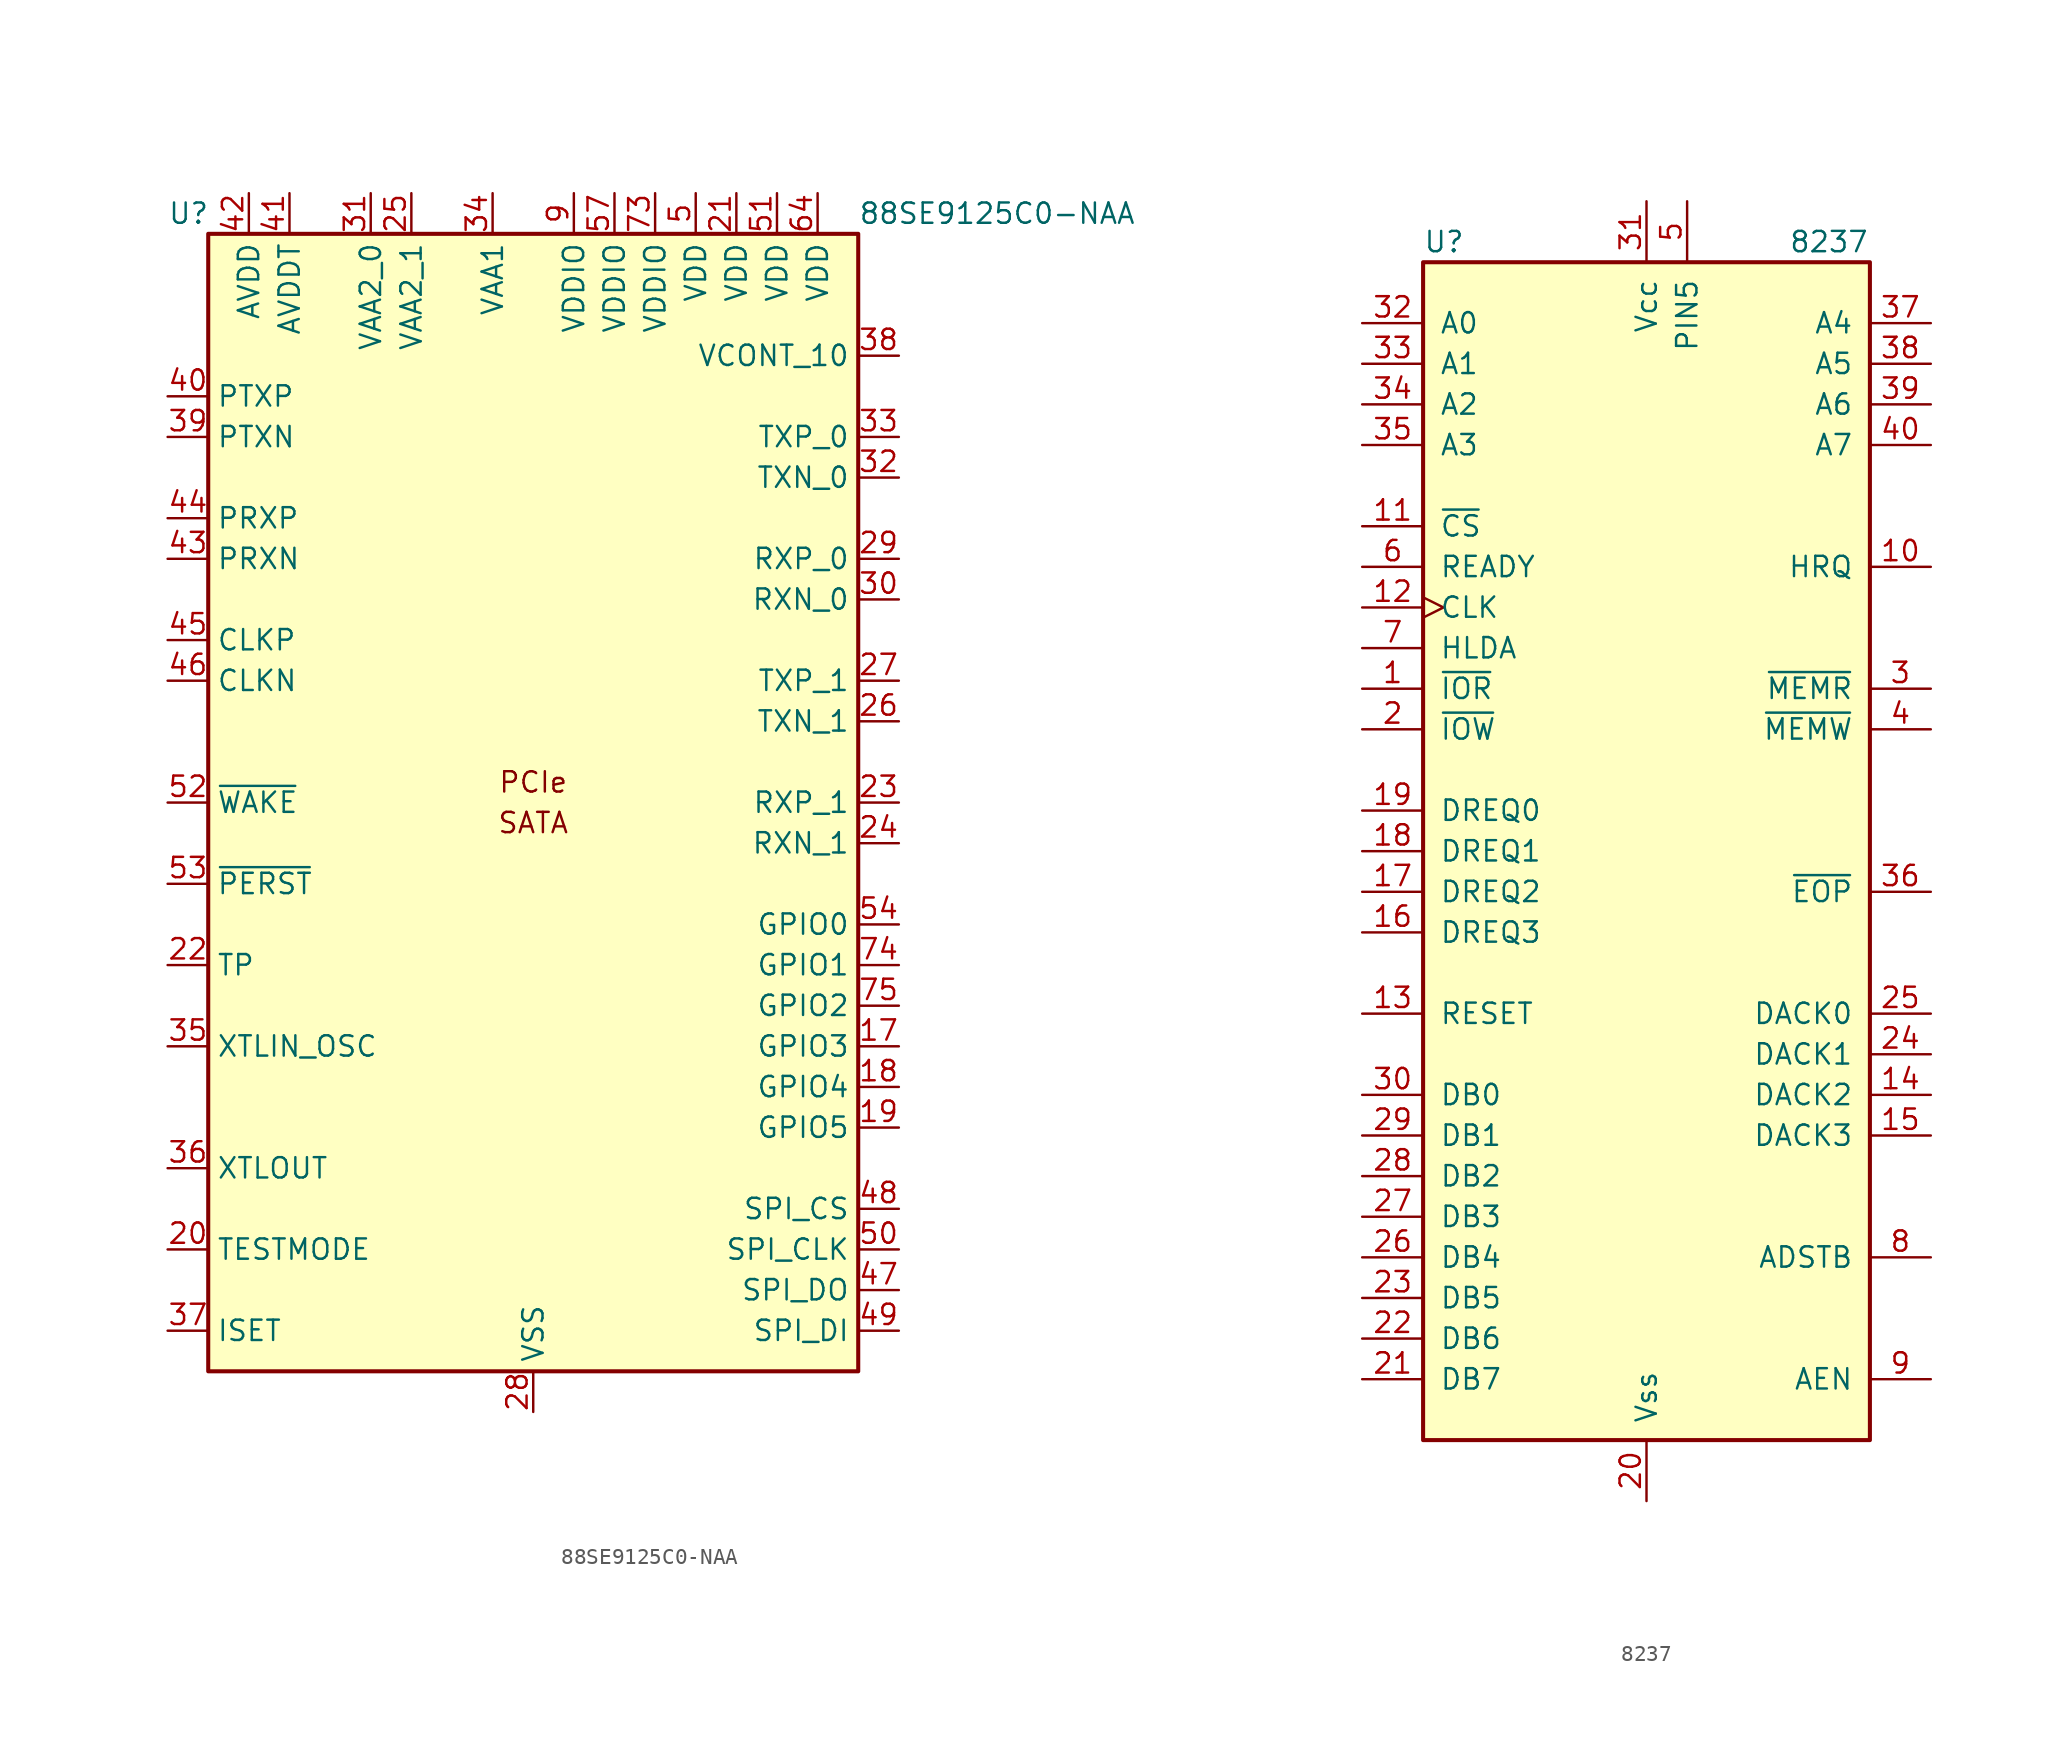
<source format=kicad_sym>
(kicad_symbol_lib
  (version 20200908)
  (generator kicad_symbol_editor)
  (symbol "Interface:88SE9125C0-NAA"
    (property "Reference" "U"
      (at -22.86 36.83 0)
      (effects (font (size 1.27 1.27)) (justify left)))
    (property "Value" "88SE9125C0-NAA"
      (at 20.32 36.83 0)
      (effects (font (size 1.27 1.27)) (justify left)))
    (symbol "88SE9125C0-NAA_0_0"
      (text "PCIe" (at 0 1.27 0) (effects (font (size 1.27 1.27)))))
    (symbol "88SE9125C0-NAA_1_0"
      (text "SATA" (at 0 -1.27 0) (effects (font (size 1.27 1.27)))))
    (symbol "88SE9125C0-NAA_0_1"
      (rectangle (start -20.32 35.56) (end 20.32 -35.56) (stroke (width 0.254)) (fill (type background))))
    (symbol "88SE9125C0-NAA_1_1"
      (pin unconnected line (at 20.32 25.4 180) (length 2.54) hide (name "NC" (effects (font (size 1.27 1.27)))) (number "1" (effects (font (size 1.27 1.27)))))
      (pin unconnected line (at -20.32 -7.62 0) (length 2.54) hide (name "NC" (effects (font (size 1.27 1.27)))) (number "10" (effects (font (size 1.27 1.27)))))
      (pin unconnected line (at 5.08 -35.56 90) (length 2.54) hide (name "NC" (effects (font (size 1.27 1.27)))) (number "11" (effects (font (size 1.27 1.27)))))
      (pin unconnected line (at -20.32 -30.48 0) (length 2.54) hide (name "NC" (effects (font (size 1.27 1.27)))) (number "12" (effects (font (size 1.27 1.27)))))
      (pin passive line (at 10.16 38.1 270) (length 2.54) hide (name "VDD" (effects (font (size 1.27 1.27)))) (number "13" (effects (font (size 1.27 1.27)))))
      (pin unconnected line (at -20.32 -25.4 0) (length 2.54) hide (name "NC" (effects (font (size 1.27 1.27)))) (number "14" (effects (font (size 1.27 1.27)))))
      (pin unconnected line (at -20.32 -20.32 0) (length 2.54) hide (name "NC" (effects (font (size 1.27 1.27)))) (number "15" (effects (font (size 1.27 1.27)))))
      (pin unconnected line (at -20.32 -17.78 0) (length 2.54) hide (name "NC" (effects (font (size 1.27 1.27)))) (number "16" (effects (font (size 1.27 1.27)))))
      (pin bidirectional line (at 22.86 -15.24 180) (length 2.54) (name "GPIO3" (effects (font (size 1.27 1.27)))) (number "17" (effects (font (size 1.27 1.27)))))
      (pin bidirectional line (at 22.86 -17.78 180) (length 2.54) (name "GPIO4" (effects (font (size 1.27 1.27)))) (number "18" (effects (font (size 1.27 1.27)))))
      (pin bidirectional line (at 22.86 -20.32 180) (length 2.54) (name "GPIO5" (effects (font (size 1.27 1.27)))) (number "19" (effects (font (size 1.27 1.27)))))
      (pin unconnected line (at 20.32 17.78 180) (length 2.54) hide (name "NC" (effects (font (size 1.27 1.27)))) (number "2" (effects (font (size 1.27 1.27)))))
      (pin input line (at -22.86 -27.94 0) (length 2.54) (name "TESTMODE" (effects (font (size 1.27 1.27)))) (number "20" (effects (font (size 1.27 1.27)))))
      (pin power_in line (at 12.7 38.1 270) (length 2.54) (name "VDD" (effects (font (size 1.27 1.27)))) (number "21" (effects (font (size 1.27 1.27)))))
      (pin bidirectional line (at -22.86 -10.16 0) (length 2.54) (name "TP" (effects (font (size 1.27 1.27)))) (number "22" (effects (font (size 1.27 1.27)))))
      (pin input line (at 22.86 0 180) (length 2.54) (name "RXP_1" (effects (font (size 1.27 1.27)))) (number "23" (effects (font (size 1.27 1.27)))))
      (pin input line (at 22.86 -2.54 180) (length 2.54) (name "RXN_1" (effects (font (size 1.27 1.27)))) (number "24" (effects (font (size 1.27 1.27)))))
      (pin power_in line (at -7.62 38.1 270) (length 2.54) (name "VAA2_1" (effects (font (size 1.27 1.27)))) (number "25" (effects (font (size 1.27 1.27)))))
      (pin output line (at 22.86 5.08 180) (length 2.54) (name "TXN_1" (effects (font (size 1.27 1.27)))) (number "26" (effects (font (size 1.27 1.27)))))
      (pin output line (at 22.86 7.62 180) (length 2.54) (name "TXP_1" (effects (font (size 1.27 1.27)))) (number "27" (effects (font (size 1.27 1.27)))))
      (pin power_in line (at 0 -38.1 90) (length 2.54) (name "VSS" (effects (font (size 1.27 1.27)))) (number "28" (effects (font (size 1.27 1.27)))))
      (pin input line (at 22.86 15.24 180) (length 2.54) (name "RXP_0" (effects (font (size 1.27 1.27)))) (number "29" (effects (font (size 1.27 1.27)))))
      (pin unconnected line (at 20.32 10.16 180) (length 2.54) hide (name "NC" (effects (font (size 1.27 1.27)))) (number "3" (effects (font (size 1.27 1.27)))))
      (pin input line (at 22.86 12.7 180) (length 2.54) (name "RXN_0" (effects (font (size 1.27 1.27)))) (number "30" (effects (font (size 1.27 1.27)))))
      (pin power_in line (at -10.16 38.1 270) (length 2.54) (name "VAA2_0" (effects (font (size 1.27 1.27)))) (number "31" (effects (font (size 1.27 1.27)))))
      (pin output line (at 22.86 20.32 180) (length 2.54) (name "TXN_0" (effects (font (size 1.27 1.27)))) (number "32" (effects (font (size 1.27 1.27)))))
      (pin output line (at 22.86 22.86 180) (length 2.54) (name "TXP_0" (effects (font (size 1.27 1.27)))) (number "33" (effects (font (size 1.27 1.27)))))
      (pin power_in line (at -2.54 38.1 270) (length 2.54) (name "VAA1" (effects (font (size 1.27 1.27)))) (number "34" (effects (font (size 1.27 1.27)))))
      (pin input line (at -22.86 -15.24 0) (length 2.54) (name "XTLIN_OSC" (effects (font (size 1.27 1.27)))) (number "35" (effects (font (size 1.27 1.27)))))
      (pin output line (at -22.86 -22.86 0) (length 2.54) (name "XTLOUT" (effects (font (size 1.27 1.27)))) (number "36" (effects (font (size 1.27 1.27)))))
      (pin bidirectional line (at -22.86 -33.02 0) (length 2.54) (name "ISET" (effects (font (size 1.27 1.27)))) (number "37" (effects (font (size 1.27 1.27)))))
      (pin output line (at 22.86 27.94 180) (length 2.54) (name "VCONT_10" (effects (font (size 1.27 1.27)))) (number "38" (effects (font (size 1.27 1.27)))))
      (pin output line (at -22.86 22.86 0) (length 2.54) (name "PTXN" (effects (font (size 1.27 1.27)))) (number "39" (effects (font (size 1.27 1.27)))))
      (pin unconnected line (at 20.32 2.54 180) (length 2.54) hide (name "NC" (effects (font (size 1.27 1.27)))) (number "4" (effects (font (size 1.27 1.27)))))
      (pin output line (at -22.86 25.4 0) (length 2.54) (name "PTXP" (effects (font (size 1.27 1.27)))) (number "40" (effects (font (size 1.27 1.27)))))
      (pin power_in line (at -15.24 38.1 270) (length 2.54) (name "AVDDT" (effects (font (size 1.27 1.27)))) (number "41" (effects (font (size 1.27 1.27)))))
      (pin power_in line (at -17.78 38.1 270) (length 2.54) (name "AVDD" (effects (font (size 1.27 1.27)))) (number "42" (effects (font (size 1.27 1.27)))))
      (pin input line (at -22.86 15.24 0) (length 2.54) (name "PRXN" (effects (font (size 1.27 1.27)))) (number "43" (effects (font (size 1.27 1.27)))))
      (pin input line (at -22.86 17.78 0) (length 2.54) (name "PRXP" (effects (font (size 1.27 1.27)))) (number "44" (effects (font (size 1.27 1.27)))))
      (pin input line (at -22.86 10.16 0) (length 2.54) (name "CLKP" (effects (font (size 1.27 1.27)))) (number "45" (effects (font (size 1.27 1.27)))))
      (pin input line (at -22.86 7.62 0) (length 2.54) (name "CLKN" (effects (font (size 1.27 1.27)))) (number "46" (effects (font (size 1.27 1.27)))))
      (pin output line (at 22.86 -30.48 180) (length 2.54) (name "SPI_DO" (effects (font (size 1.27 1.27)))) (number "47" (effects (font (size 1.27 1.27)))))
      (pin output line (at 22.86 -25.4 180) (length 2.54) (name "SPI_CS" (effects (font (size 1.27 1.27)))) (number "48" (effects (font (size 1.27 1.27)))))
      (pin input line (at 22.86 -33.02 180) (length 2.54) (name "SPI_DI" (effects (font (size 1.27 1.27)))) (number "49" (effects (font (size 1.27 1.27)))))
      (pin power_in line (at 10.16 38.1 270) (length 2.54) (name "VDD" (effects (font (size 1.27 1.27)))) (number "5" (effects (font (size 1.27 1.27)))))
      (pin output line (at 22.86 -27.94 180) (length 2.54) (name "SPI_CLK" (effects (font (size 1.27 1.27)))) (number "50" (effects (font (size 1.27 1.27)))))
      (pin power_in line (at 15.24 38.1 270) (length 2.54) (name "VDD" (effects (font (size 1.27 1.27)))) (number "51" (effects (font (size 1.27 1.27)))))
      (pin open_collector line (at -22.86 0 0) (length 2.54) (name "~WAKE" (effects (font (size 1.27 1.27)))) (number "52" (effects (font (size 1.27 1.27)))))
      (pin input line (at -22.86 -5.08 0) (length 2.54) (name "~PERST" (effects (font (size 1.27 1.27)))) (number "53" (effects (font (size 1.27 1.27)))))
      (pin bidirectional line (at 22.86 -7.62 180) (length 2.54) (name "GPIO0" (effects (font (size 1.27 1.27)))) (number "54" (effects (font (size 1.27 1.27)))))
      (pin unconnected line (at -20.32 -12.7 0) (length 2.54) hide (name "NC" (effects (font (size 1.27 1.27)))) (number "55" (effects (font (size 1.27 1.27)))))
      (pin unconnected line (at 20.32 30.48 180) (length 2.54) hide (name "NC" (effects (font (size 1.27 1.27)))) (number "56" (effects (font (size 1.27 1.27)))))
      (pin power_in line (at 5.08 38.1 270) (length 2.54) (name "VDDIO" (effects (font (size 1.27 1.27)))) (number "57" (effects (font (size 1.27 1.27)))))
      (pin unconnected line (at -20.32 2.54 0) (length 2.54) hide (name "NC" (effects (font (size 1.27 1.27)))) (number "58" (effects (font (size 1.27 1.27)))))
      (pin unconnected line (at -20.32 5.08 0) (length 2.54) hide (name "NC" (effects (font (size 1.27 1.27)))) (number "59" (effects (font (size 1.27 1.27)))))
      (pin unconnected line (at 20.32 -5.08 180) (length 2.54) hide (name "NC" (effects (font (size 1.27 1.27)))) (number "6" (effects (font (size 1.27 1.27)))))
      (pin unconnected line (at -20.32 12.7 0) (length 2.54) hide (name "NC" (effects (font (size 1.27 1.27)))) (number "60" (effects (font (size 1.27 1.27)))))
      (pin unconnected line (at -20.32 20.32 0) (length 2.54) hide (name "NC" (effects (font (size 1.27 1.27)))) (number "61" (effects (font (size 1.27 1.27)))))
      (pin unconnected line (at -20.32 27.94 0) (length 2.54) hide (name "NC" (effects (font (size 1.27 1.27)))) (number "62" (effects (font (size 1.27 1.27)))))
      (pin unconnected line (at -2.54 -35.56 90) (length 2.54) hide (name "NC" (effects (font (size 1.27 1.27)))) (number "63" (effects (font (size 1.27 1.27)))))
      (pin power_in line (at 17.78 38.1 270) (length 2.54) (name "VDD" (effects (font (size 1.27 1.27)))) (number "64" (effects (font (size 1.27 1.27)))))
      (pin unconnected line (at -5.08 -35.56 90) (length 2.54) hide (name "NC" (effects (font (size 1.27 1.27)))) (number "65" (effects (font (size 1.27 1.27)))))
      (pin unconnected line (at -7.62 -35.56 90) (length 2.54) hide (name "NC" (effects (font (size 1.27 1.27)))) (number "66" (effects (font (size 1.27 1.27)))))
      (pin unconnected line (at -10.16 -35.56 90) (length 2.54) hide (name "NC" (effects (font (size 1.27 1.27)))) (number "67" (effects (font (size 1.27 1.27)))))
      (pin unconnected line (at -12.7 -35.56 90) (length 2.54) hide (name "NC" (effects (font (size 1.27 1.27)))) (number "68" (effects (font (size 1.27 1.27)))))
      (pin unconnected line (at 2.54 -35.56 90) (length 2.54) hide (name "NC" (effects (font (size 1.27 1.27)))) (number "69" (effects (font (size 1.27 1.27)))))
      (pin unconnected line (at 20.32 -22.86 180) (length 2.54) hide (name "NC" (effects (font (size 1.27 1.27)))) (number "7" (effects (font (size 1.27 1.27)))))
      (pin unconnected line (at 7.62 -35.56 90) (length 2.54) hide (name "NC" (effects (font (size 1.27 1.27)))) (number "70" (effects (font (size 1.27 1.27)))))
      (pin passive line (at 17.78 38.1 270) (length 2.54) hide (name "VDD" (effects (font (size 1.27 1.27)))) (number "71" (effects (font (size 1.27 1.27)))))
      (pin unconnected line (at -12.7 35.56 270) (length 2.54) hide (name "NC" (effects (font (size 1.27 1.27)))) (number "72" (effects (font (size 1.27 1.27)))))
      (pin power_in line (at 7.62 38.1 270) (length 2.54) (name "VDDIO" (effects (font (size 1.27 1.27)))) (number "73" (effects (font (size 1.27 1.27)))))
      (pin bidirectional line (at 22.86 -10.16 180) (length 2.54) (name "GPIO1" (effects (font (size 1.27 1.27)))) (number "74" (effects (font (size 1.27 1.27)))))
      (pin bidirectional line (at 22.86 -12.7 180) (length 2.54) (name "GPIO2" (effects (font (size 1.27 1.27)))) (number "75" (effects (font (size 1.27 1.27)))))
      (pin unconnected line (at -5.08 35.56 270) (length 2.54) hide (name "NC" (effects (font (size 1.27 1.27)))) (number "76" (effects (font (size 1.27 1.27)))))
      (pin passive line (at 0 -38.1 90) (length 2.54) hide (name "VSS" (effects (font (size 1.27 1.27)))) (number "77" (effects (font (size 1.27 1.27)))))
      (pin unconnected line (at -20.32 -2.54 0) (length 2.54) hide (name "NC" (effects (font (size 1.27 1.27)))) (number "8" (effects (font (size 1.27 1.27)))))
      (pin power_in line (at 2.54 38.1 270) (length 2.54) (name "VDDIO" (effects (font (size 1.27 1.27)))) (number "9" (effects (font (size 1.27 1.27)))))))
  (symbol "Interface:8237"
    (pin_names
      (offset 1.016))
    (property "Reference" "U"
      (at -13.97 38.1 0)
      (effects (font (size 1.27 1.27)) (justify left)))
    (property "Value" "8237"
      (at 8.89 38.1 0)
      (effects (font (size 1.27 1.27)) (justify left)))
    (symbol "8237_1_1"
      (rectangle (start -13.97 -36.83) (end 13.97 36.83) (stroke (width 0.254)) (fill (type background)))
      (pin bidirectional line (at -17.78 10.16 0) (length 3.81) (name "~IOR~" (effects (font (size 1.27 1.27)))) (number "1" (effects (font (size 1.27 1.27)))))
      (pin output line (at 17.78 17.78 180) (length 3.81) (name "HRQ" (effects (font (size 1.27 1.27)))) (number "10" (effects (font (size 1.27 1.27)))))
      (pin input line (at -17.78 20.32 0) (length 3.81) (name "~CS~" (effects (font (size 1.27 1.27)))) (number "11" (effects (font (size 1.27 1.27)))))
      (pin input clock (at -17.78 15.24 0) (length 3.81) (name "CLK" (effects (font (size 1.27 1.27)))) (number "12" (effects (font (size 1.27 1.27)))))
      (pin input line (at -17.78 -10.16 0) (length 3.81) (name "RESET" (effects (font (size 1.27 1.27)))) (number "13" (effects (font (size 1.27 1.27)))))
      (pin output line (at 17.78 -15.24 180) (length 3.81) (name "DACK2" (effects (font (size 1.27 1.27)))) (number "14" (effects (font (size 1.27 1.27)))))
      (pin output line (at 17.78 -17.78 180) (length 3.81) (name "DACK3" (effects (font (size 1.27 1.27)))) (number "15" (effects (font (size 1.27 1.27)))))
      (pin input line (at -17.78 -5.08 0) (length 3.81) (name "DREQ3" (effects (font (size 1.27 1.27)))) (number "16" (effects (font (size 1.27 1.27)))))
      (pin input line (at -17.78 -2.54 0) (length 3.81) (name "DREQ2" (effects (font (size 1.27 1.27)))) (number "17" (effects (font (size 1.27 1.27)))))
      (pin input line (at -17.78 0 0) (length 3.81) (name "DREQ1" (effects (font (size 1.27 1.27)))) (number "18" (effects (font (size 1.27 1.27)))))
      (pin input line (at -17.78 2.54 0) (length 3.81) (name "DREQ0" (effects (font (size 1.27 1.27)))) (number "19" (effects (font (size 1.27 1.27)))))
      (pin bidirectional line (at -17.78 7.62 0) (length 3.81) (name "~IOW~" (effects (font (size 1.27 1.27)))) (number "2" (effects (font (size 1.27 1.27)))))
      (pin power_in line (at 0 -40.64 90) (length 3.81) (name "Vss" (effects (font (size 1.27 1.27)))) (number "20" (effects (font (size 1.27 1.27)))))
      (pin bidirectional line (at -17.78 -33.02 0) (length 3.81) (name "DB7" (effects (font (size 1.27 1.27)))) (number "21" (effects (font (size 1.27 1.27)))))
      (pin bidirectional line (at -17.78 -30.48 0) (length 3.81) (name "DB6" (effects (font (size 1.27 1.27)))) (number "22" (effects (font (size 1.27 1.27)))))
      (pin bidirectional line (at -17.78 -27.94 0) (length 3.81) (name "DB5" (effects (font (size 1.27 1.27)))) (number "23" (effects (font (size 1.27 1.27)))))
      (pin output line (at 17.78 -12.7 180) (length 3.81) (name "DACK1" (effects (font (size 1.27 1.27)))) (number "24" (effects (font (size 1.27 1.27)))))
      (pin output line (at 17.78 -10.16 180) (length 3.81) (name "DACK0" (effects (font (size 1.27 1.27)))) (number "25" (effects (font (size 1.27 1.27)))))
      (pin bidirectional line (at -17.78 -25.4 0) (length 3.81) (name "DB4" (effects (font (size 1.27 1.27)))) (number "26" (effects (font (size 1.27 1.27)))))
      (pin bidirectional line (at -17.78 -22.86 0) (length 3.81) (name "DB3" (effects (font (size 1.27 1.27)))) (number "27" (effects (font (size 1.27 1.27)))))
      (pin bidirectional line (at -17.78 -20.32 0) (length 3.81) (name "DB2" (effects (font (size 1.27 1.27)))) (number "28" (effects (font (size 1.27 1.27)))))
      (pin bidirectional line (at -17.78 -17.78 0) (length 3.81) (name "DB1" (effects (font (size 1.27 1.27)))) (number "29" (effects (font (size 1.27 1.27)))))
      (pin tri_state line (at 17.78 10.16 180) (length 3.81) (name "~MEMR~" (effects (font (size 1.27 1.27)))) (number "3" (effects (font (size 1.27 1.27)))))
      (pin bidirectional line (at -17.78 -15.24 0) (length 3.81) (name "DB0" (effects (font (size 1.27 1.27)))) (number "30" (effects (font (size 1.27 1.27)))))
      (pin power_in line (at 0 40.64 270) (length 3.81) (name "Vcc" (effects (font (size 1.27 1.27)))) (number "31" (effects (font (size 1.27 1.27)))))
      (pin bidirectional line (at -17.78 33.02 0) (length 3.81) (name "A0" (effects (font (size 1.27 1.27)))) (number "32" (effects (font (size 1.27 1.27)))))
      (pin bidirectional line (at -17.78 30.48 0) (length 3.81) (name "A1" (effects (font (size 1.27 1.27)))) (number "33" (effects (font (size 1.27 1.27)))))
      (pin bidirectional line (at -17.78 27.94 0) (length 3.81) (name "A2" (effects (font (size 1.27 1.27)))) (number "34" (effects (font (size 1.27 1.27)))))
      (pin bidirectional line (at -17.78 25.4 0) (length 3.81) (name "A3" (effects (font (size 1.27 1.27)))) (number "35" (effects (font (size 1.27 1.27)))))
      (pin bidirectional line (at 17.78 -2.54 180) (length 3.81) (name "~EOP~" (effects (font (size 1.27 1.27)))) (number "36" (effects (font (size 1.27 1.27)))))
      (pin tri_state line (at 17.78 33.02 180) (length 3.81) (name "A4" (effects (font (size 1.27 1.27)))) (number "37" (effects (font (size 1.27 1.27)))))
      (pin tri_state line (at 17.78 30.48 180) (length 3.81) (name "A5" (effects (font (size 1.27 1.27)))) (number "38" (effects (font (size 1.27 1.27)))))
      (pin tri_state line (at 17.78 27.94 180) (length 3.81) (name "A6" (effects (font (size 1.27 1.27)))) (number "39" (effects (font (size 1.27 1.27)))))
      (pin tri_state line (at 17.78 7.62 180) (length 3.81) (name "~MEMW~" (effects (font (size 1.27 1.27)))) (number "4" (effects (font (size 1.27 1.27)))))
      (pin tri_state line (at 17.78 25.4 180) (length 3.81) (name "A7" (effects (font (size 1.27 1.27)))) (number "40" (effects (font (size 1.27 1.27)))))
      (pin input line (at 2.54 40.64 270) (length 3.81) (name "PIN5" (effects (font (size 1.27 1.27)))) (number "5" (effects (font (size 1.27 1.27)))))
      (pin input line (at -17.78 17.78 0) (length 3.81) (name "READY" (effects (font (size 1.27 1.27)))) (number "6" (effects (font (size 1.27 1.27)))))
      (pin input line (at -17.78 12.7 0) (length 3.81) (name "HLDA" (effects (font (size 1.27 1.27)))) (number "7" (effects (font (size 1.27 1.27)))))
      (pin output line (at 17.78 -25.4 180) (length 3.81) (name "ADSTB" (effects (font (size 1.27 1.27)))) (number "8" (effects (font (size 1.27 1.27)))))
      (pin output line (at 17.78 -33.02 180) (length 3.81) (name "AEN" (effects (font (size 1.27 1.27)))) (number "9" (effects (font (size 1.27 1.27))))))))
</source>
